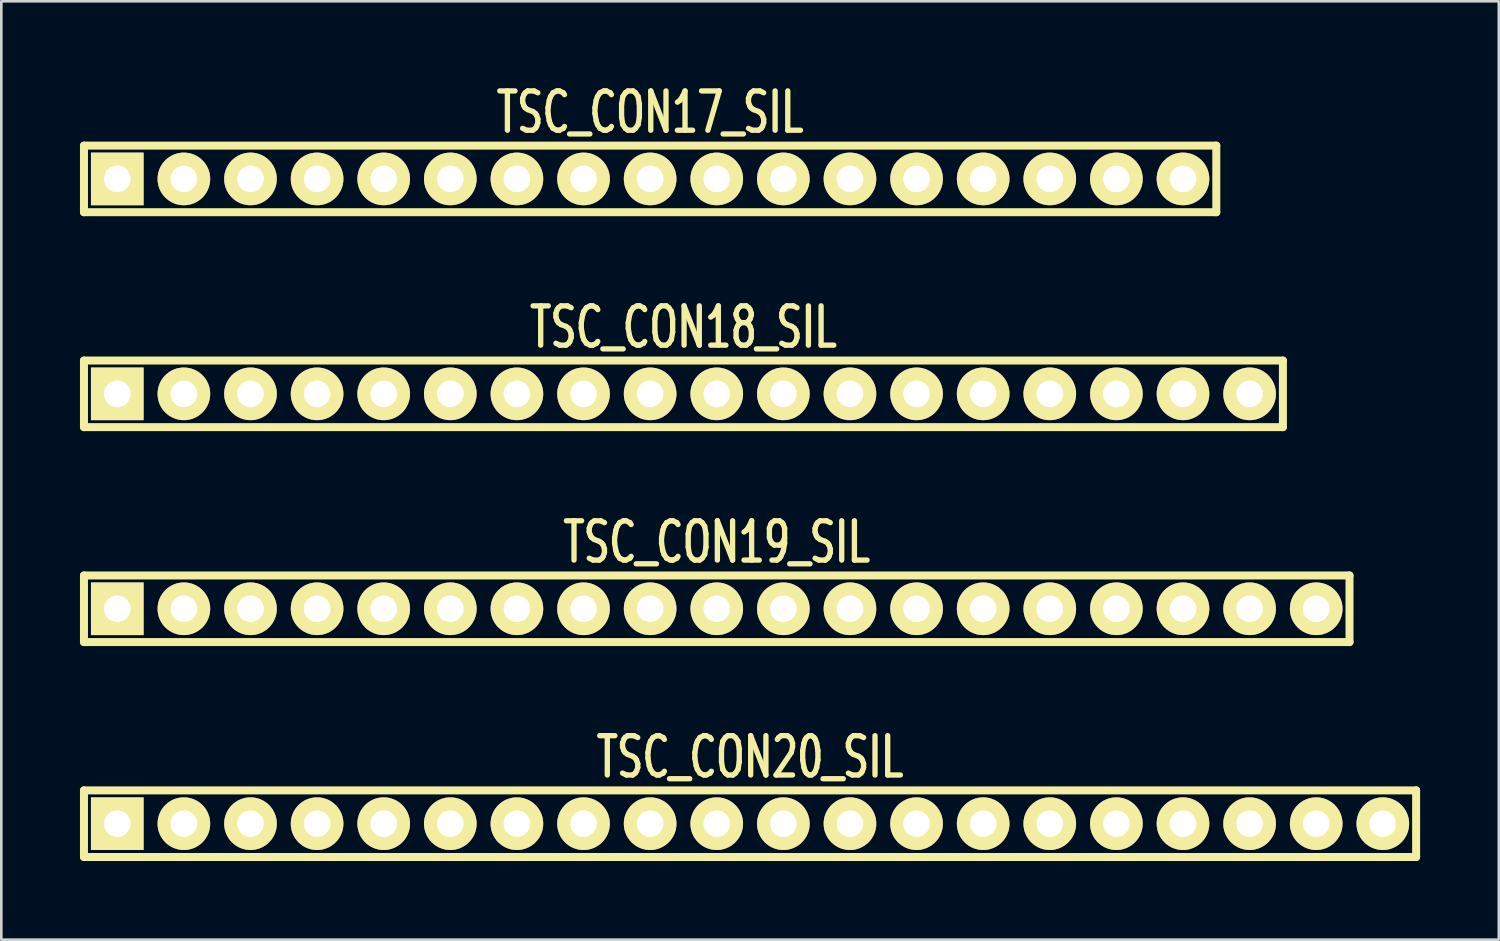
<source format=kicad_pcb>
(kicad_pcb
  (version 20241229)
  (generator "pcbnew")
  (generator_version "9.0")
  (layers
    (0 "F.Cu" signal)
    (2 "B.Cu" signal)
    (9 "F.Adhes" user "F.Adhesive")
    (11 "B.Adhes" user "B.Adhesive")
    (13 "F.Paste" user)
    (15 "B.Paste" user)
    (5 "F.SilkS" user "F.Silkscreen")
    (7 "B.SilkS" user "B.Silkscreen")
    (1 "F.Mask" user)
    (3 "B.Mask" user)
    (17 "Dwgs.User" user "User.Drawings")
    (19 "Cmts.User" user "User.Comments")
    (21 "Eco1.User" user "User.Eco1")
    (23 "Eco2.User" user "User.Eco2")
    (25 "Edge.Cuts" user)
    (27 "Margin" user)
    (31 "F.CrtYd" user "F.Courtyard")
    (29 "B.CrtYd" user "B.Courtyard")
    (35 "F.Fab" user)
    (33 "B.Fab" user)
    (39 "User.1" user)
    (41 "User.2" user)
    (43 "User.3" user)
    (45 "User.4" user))
  (footprint "TSC_CON20_SIL"
    (layer "F.Cu")
    (at 25.552 28.36)
    (property "Reference" "TSC_CON20_SIL" (at 0 -2.54 0) (layer "F.SilkS") (effects (font (size 1.499 1.016) (thickness 0.203))))
    (attr through_hole)
    (fp_line (start -25.4 -1.27) (end 25.4 -1.27) (stroke (width 0.305) (type solid)) (layer "F.SilkS"))
    (fp_line (start -25.4 1.27) (end -25.4 -1.27) (stroke (width 0.305) (type solid)) (layer "F.SilkS"))
    (fp_line (start 25.4 -1.27) (end 25.4 1.27) (stroke (width 0.305) (type solid)) (layer "F.SilkS"))
    (fp_line (start 25.4 1.27) (end -25.4 1.27) (stroke (width 0.305) (type solid)) (layer "F.SilkS"))
    (pad "1" thru_hole rect (at -24.13 0) (size 2.007 2.007) (drill 1.016) (layers "*.Cu" "*.Mask" "F.SilkS"))
    (pad "2" thru_hole circle (at -21.59 0) (size 2.007 2.007) (drill 1.016) (layers "*.Cu" "*.Mask" "F.SilkS"))
    (pad "3" thru_hole circle (at -19.05 0) (size 2.007 2.007) (drill 1.016) (layers "*.Cu" "*.Mask" "F.SilkS"))
    (pad "4" thru_hole circle (at -16.51 0) (size 2.007 2.007) (drill 1.016) (layers "*.Cu" "*.Mask" "F.SilkS"))
    (pad "5" thru_hole circle (at -13.97 0) (size 2.007 2.007) (drill 1.016) (layers "*.Cu" "*.Mask" "F.SilkS"))
    (pad "6" thru_hole circle (at -11.43 0) (size 2.007 2.007) (drill 1.016) (layers "*.Cu" "*.Mask" "F.SilkS"))
    (pad "7" thru_hole circle (at -8.89 0) (size 2.007 2.007) (drill 1.016) (layers "*.Cu" "*.Mask" "F.SilkS"))
    (pad "8" thru_hole circle (at -6.35 0) (size 2.007 2.007) (drill 1.016) (layers "*.Cu" "*.Mask" "F.SilkS"))
    (pad "9" thru_hole circle (at -3.81 0) (size 2.007 2.007) (drill 1.016) (layers "*.Cu" "*.Mask" "F.SilkS"))
    (pad "10" thru_hole circle (at -1.27 0) (size 2.007 2.007) (drill 1.016) (layers "*.Cu" "*.Mask" "F.SilkS"))
    (pad "11" thru_hole circle (at 1.27 0) (size 2.007 2.007) (drill 1.016) (layers "*.Cu" "*.Mask" "F.SilkS"))
    (pad "12" thru_hole circle (at 3.81 0) (size 2.007 2.007) (drill 1.016) (layers "*.Cu" "*.Mask" "F.SilkS"))
    (pad "13" thru_hole circle (at 6.35 0) (size 2.007 2.007) (drill 1.016) (layers "*.Cu" "*.Mask" "F.SilkS"))
    (pad "14" thru_hole circle (at 8.89 0) (size 2.007 2.007) (drill 1.016) (layers "*.Cu" "*.Mask" "F.SilkS"))
    (pad "15" thru_hole circle (at 11.43 0) (size 2.007 2.007) (drill 1.016) (layers "*.Cu" "*.Mask" "F.SilkS"))
    (pad "16" thru_hole circle (at 13.97 0) (size 2.007 2.007) (drill 1.016) (layers "*.Cu" "*.Mask" "F.SilkS"))
    (pad "17" thru_hole circle (at 16.51 0) (size 2.007 2.007) (drill 1.016) (layers "*.Cu" "*.Mask" "F.SilkS"))
    (pad "18" thru_hole circle (at 19.05 0) (size 2.007 2.007) (drill 1.016) (layers "*.Cu" "*.Mask" "F.SilkS"))
    (pad "19" thru_hole circle (at 21.59 0) (size 2.007 2.007) (drill 1.016) (layers "*.Cu" "*.Mask" "F.SilkS"))
    (pad "20" thru_hole circle (at 24.13 0) (size 2.007 2.007) (drill 1.016) (layers "*.Cu" "*.Mask" "F.SilkS")))
  (footprint "TSC_CON17_SIL"
    (layer "F.Cu")
    (at 21.742 3.773)
    (property "Reference" "TSC_CON17_SIL" (at 0 -2.54 0) (layer "F.SilkS") (effects (font (size 1.499 1.016) (thickness 0.203))))
    (attr through_hole)
    (fp_line (start -21.59 -1.27) (end 21.59 -1.27) (stroke (width 0.305) (type solid)) (layer "F.SilkS"))
    (fp_line (start -21.59 1.27) (end -21.59 -1.27) (stroke (width 0.305) (type solid)) (layer "F.SilkS"))
    (fp_line (start 21.59 -1.27) (end 21.59 1.27) (stroke (width 0.305) (type solid)) (layer "F.SilkS"))
    (fp_line (start 21.59 1.27) (end -21.59 1.27) (stroke (width 0.305) (type solid)) (layer "F.SilkS"))
    (pad "1" thru_hole rect (at -20.32 0) (size 2.007 2.007) (drill 1.016) (layers "*.Cu" "*.Mask" "F.SilkS"))
    (pad "2" thru_hole circle (at -17.78 0) (size 2.007 2.007) (drill 1.016) (layers "*.Cu" "*.Mask" "F.SilkS"))
    (pad "3" thru_hole circle (at -15.24 0) (size 2.007 2.007) (drill 1.016) (layers "*.Cu" "*.Mask" "F.SilkS"))
    (pad "4" thru_hole circle (at -12.7 0) (size 2.007 2.007) (drill 1.016) (layers "*.Cu" "*.Mask" "F.SilkS"))
    (pad "5" thru_hole circle (at -10.16 0) (size 2.007 2.007) (drill 1.016) (layers "*.Cu" "*.Mask" "F.SilkS"))
    (pad "6" thru_hole circle (at -7.62 0) (size 2.007 2.007) (drill 1.016) (layers "*.Cu" "*.Mask" "F.SilkS"))
    (pad "7" thru_hole circle (at -5.08 0) (size 2.007 2.007) (drill 1.016) (layers "*.Cu" "*.Mask" "F.SilkS"))
    (pad "8" thru_hole circle (at -2.54 0) (size 2.007 2.007) (drill 1.016) (layers "*.Cu" "*.Mask" "F.SilkS"))
    (pad "9" thru_hole circle (at 0 0) (size 2.007 2.007) (drill 1.016) (layers "*.Cu" "*.Mask" "F.SilkS"))
    (pad "10" thru_hole circle (at 2.54 0) (size 2.007 2.007) (drill 1.016) (layers "*.Cu" "*.Mask" "F.SilkS"))
    (pad "11" thru_hole circle (at 5.08 0) (size 2.007 2.007) (drill 1.016) (layers "*.Cu" "*.Mask" "F.SilkS"))
    (pad "12" thru_hole circle (at 7.62 0) (size 2.007 2.007) (drill 1.016) (layers "*.Cu" "*.Mask" "F.SilkS"))
    (pad "13" thru_hole circle (at 10.16 0) (size 2.007 2.007) (drill 1.016) (layers "*.Cu" "*.Mask" "F.SilkS"))
    (pad "14" thru_hole circle (at 12.7 0) (size 2.007 2.007) (drill 1.016) (layers "*.Cu" "*.Mask" "F.SilkS"))
    (pad "15" thru_hole circle (at 15.24 0) (size 2.007 2.007) (drill 1.016) (layers "*.Cu" "*.Mask" "F.SilkS"))
    (pad "16" thru_hole circle (at 17.78 0) (size 2.007 2.007) (drill 1.016) (layers "*.Cu" "*.Mask" "F.SilkS"))
    (pad "17" thru_hole circle (at 20.32 0) (size 2.007 2.007) (drill 1.016) (layers "*.Cu" "*.Mask" "F.SilkS")))
  (footprint "TSC_CON19_SIL"
    (layer "F.Cu")
    (at 24.282 20.165)
    (property "Reference" "TSC_CON19_SIL" (at 0 -2.54 0) (layer "F.SilkS") (effects (font (size 1.499 1.016) (thickness 0.203))))
    (attr through_hole)
    (fp_line (start -24.13 -1.27) (end 24.13 -1.27) (stroke (width 0.305) (type solid)) (layer "F.SilkS"))
    (fp_line (start -24.13 1.27) (end -24.13 -1.27) (stroke (width 0.305) (type solid)) (layer "F.SilkS"))
    (fp_line (start 24.13 -1.27) (end 24.13 1.27) (stroke (width 0.305) (type solid)) (layer "F.SilkS"))
    (fp_line (start 24.13 1.27) (end -24.13 1.27) (stroke (width 0.305) (type solid)) (layer "F.SilkS"))
    (pad "1" thru_hole rect (at -22.86 0) (size 2.007 2.007) (drill 1.016) (layers "*.Cu" "*.Mask" "F.SilkS"))
    (pad "2" thru_hole circle (at -20.32 0) (size 2.007 2.007) (drill 1.016) (layers "*.Cu" "*.Mask" "F.SilkS"))
    (pad "3" thru_hole circle (at -17.78 0) (size 2.007 2.007) (drill 1.016) (layers "*.Cu" "*.Mask" "F.SilkS"))
    (pad "4" thru_hole circle (at -15.24 0) (size 2.007 2.007) (drill 1.016) (layers "*.Cu" "*.Mask" "F.SilkS"))
    (pad "5" thru_hole circle (at -12.7 0) (size 2.007 2.007) (drill 1.016) (layers "*.Cu" "*.Mask" "F.SilkS"))
    (pad "6" thru_hole circle (at -10.16 0) (size 2.007 2.007) (drill 1.016) (layers "*.Cu" "*.Mask" "F.SilkS"))
    (pad "7" thru_hole circle (at -7.62 0) (size 2.007 2.007) (drill 1.016) (layers "*.Cu" "*.Mask" "F.SilkS"))
    (pad "8" thru_hole circle (at -5.08 0) (size 2.007 2.007) (drill 1.016) (layers "*.Cu" "*.Mask" "F.SilkS"))
    (pad "9" thru_hole circle (at -2.54 0) (size 2.007 2.007) (drill 1.016) (layers "*.Cu" "*.Mask" "F.SilkS"))
    (pad "10" thru_hole circle (at 0 0) (size 2.007 2.007) (drill 1.016) (layers "*.Cu" "*.Mask" "F.SilkS"))
    (pad "11" thru_hole circle (at 2.54 0) (size 2.007 2.007) (drill 1.016) (layers "*.Cu" "*.Mask" "F.SilkS"))
    (pad "12" thru_hole circle (at 5.08 0) (size 2.007 2.007) (drill 1.016) (layers "*.Cu" "*.Mask" "F.SilkS"))
    (pad "13" thru_hole circle (at 7.62 0) (size 2.007 2.007) (drill 1.016) (layers "*.Cu" "*.Mask" "F.SilkS"))
    (pad "14" thru_hole circle (at 10.16 0) (size 2.007 2.007) (drill 1.016) (layers "*.Cu" "*.Mask" "F.SilkS"))
    (pad "15" thru_hole circle (at 12.7 0) (size 2.007 2.007) (drill 1.016) (layers "*.Cu" "*.Mask" "F.SilkS"))
    (pad "16" thru_hole circle (at 15.24 0) (size 2.007 2.007) (drill 1.016) (layers "*.Cu" "*.Mask" "F.SilkS"))
    (pad "17" thru_hole circle (at 17.78 0) (size 2.007 2.007) (drill 1.016) (layers "*.Cu" "*.Mask" "F.SilkS"))
    (pad "18" thru_hole circle (at 20.32 0) (size 2.007 2.007) (drill 1.016) (layers "*.Cu" "*.Mask" "F.SilkS"))
    (pad "19" thru_hole circle (at 22.86 0) (size 2.007 2.007) (drill 1.016) (layers "*.Cu" "*.Mask" "F.SilkS")))
  (footprint "TSC_CON18_SIL"
    (layer "F.Cu")
    (at 23.012 11.969)
    (property "Reference" "TSC_CON18_SIL" (at 0 -2.54 0) (layer "F.SilkS") (effects (font (size 1.499 1.016) (thickness 0.203))))
    (attr through_hole)
    (fp_line (start -22.86 -1.27) (end 22.86 -1.27) (stroke (width 0.305) (type solid)) (layer "F.SilkS"))
    (fp_line (start -22.86 1.27) (end -22.86 -1.27) (stroke (width 0.305) (type solid)) (layer "F.SilkS"))
    (fp_line (start 22.86 -1.27) (end 22.86 1.27) (stroke (width 0.305) (type solid)) (layer "F.SilkS"))
    (fp_line (start 22.86 1.27) (end -22.86 1.27) (stroke (width 0.305) (type solid)) (layer "F.SilkS"))
    (pad "1" thru_hole rect (at -21.59 0) (size 2.007 2.007) (drill 1.016) (layers "*.Cu" "*.Mask" "F.SilkS"))
    (pad "2" thru_hole circle (at -19.05 0) (size 2.007 2.007) (drill 1.016) (layers "*.Cu" "*.Mask" "F.SilkS"))
    (pad "3" thru_hole circle (at -16.51 0) (size 2.007 2.007) (drill 1.016) (layers "*.Cu" "*.Mask" "F.SilkS"))
    (pad "4" thru_hole circle (at -13.97 0) (size 2.007 2.007) (drill 1.016) (layers "*.Cu" "*.Mask" "F.SilkS"))
    (pad "5" thru_hole circle (at -11.43 0) (size 2.007 2.007) (drill 1.016) (layers "*.Cu" "*.Mask" "F.SilkS"))
    (pad "6" thru_hole circle (at -8.89 0) (size 2.007 2.007) (drill 1.016) (layers "*.Cu" "*.Mask" "F.SilkS"))
    (pad "7" thru_hole circle (at -6.35 0) (size 2.007 2.007) (drill 1.016) (layers "*.Cu" "*.Mask" "F.SilkS"))
    (pad "8" thru_hole circle (at -3.81 0) (size 2.007 2.007) (drill 1.016) (layers "*.Cu" "*.Mask" "F.SilkS"))
    (pad "9" thru_hole circle (at -1.27 0) (size 2.007 2.007) (drill 1.016) (layers "*.Cu" "*.Mask" "F.SilkS"))
    (pad "10" thru_hole circle (at 1.27 0) (size 2.007 2.007) (drill 1.016) (layers "*.Cu" "*.Mask" "F.SilkS"))
    (pad "11" thru_hole circle (at 3.81 0) (size 2.007 2.007) (drill 1.016) (layers "*.Cu" "*.Mask" "F.SilkS"))
    (pad "12" thru_hole circle (at 6.35 0) (size 2.007 2.007) (drill 1.016) (layers "*.Cu" "*.Mask" "F.SilkS"))
    (pad "13" thru_hole circle (at 8.89 0) (size 2.007 2.007) (drill 1.016) (layers "*.Cu" "*.Mask" "F.SilkS"))
    (pad "14" thru_hole circle (at 11.43 0) (size 2.007 2.007) (drill 1.016) (layers "*.Cu" "*.Mask" "F.SilkS"))
    (pad "15" thru_hole circle (at 13.97 0) (size 2.007 2.007) (drill 1.016) (layers "*.Cu" "*.Mask" "F.SilkS"))
    (pad "16" thru_hole circle (at 16.51 0) (size 2.007 2.007) (drill 1.016) (layers "*.Cu" "*.Mask" "F.SilkS"))
    (pad "17" thru_hole circle (at 19.05 0) (size 2.007 2.007) (drill 1.016) (layers "*.Cu" "*.Mask" "F.SilkS"))
    (pad "18" thru_hole circle (at 21.59 0) (size 2.007 2.007) (drill 1.016) (layers "*.Cu" "*.Mask" "F.SilkS")))
  (gr_rect
    (start -3 -3)
    (end 54.105 32.783)
    (stroke (width 0.1) (type default))
    (fill no)
    (layer "Edge.Cuts")))
</source>
